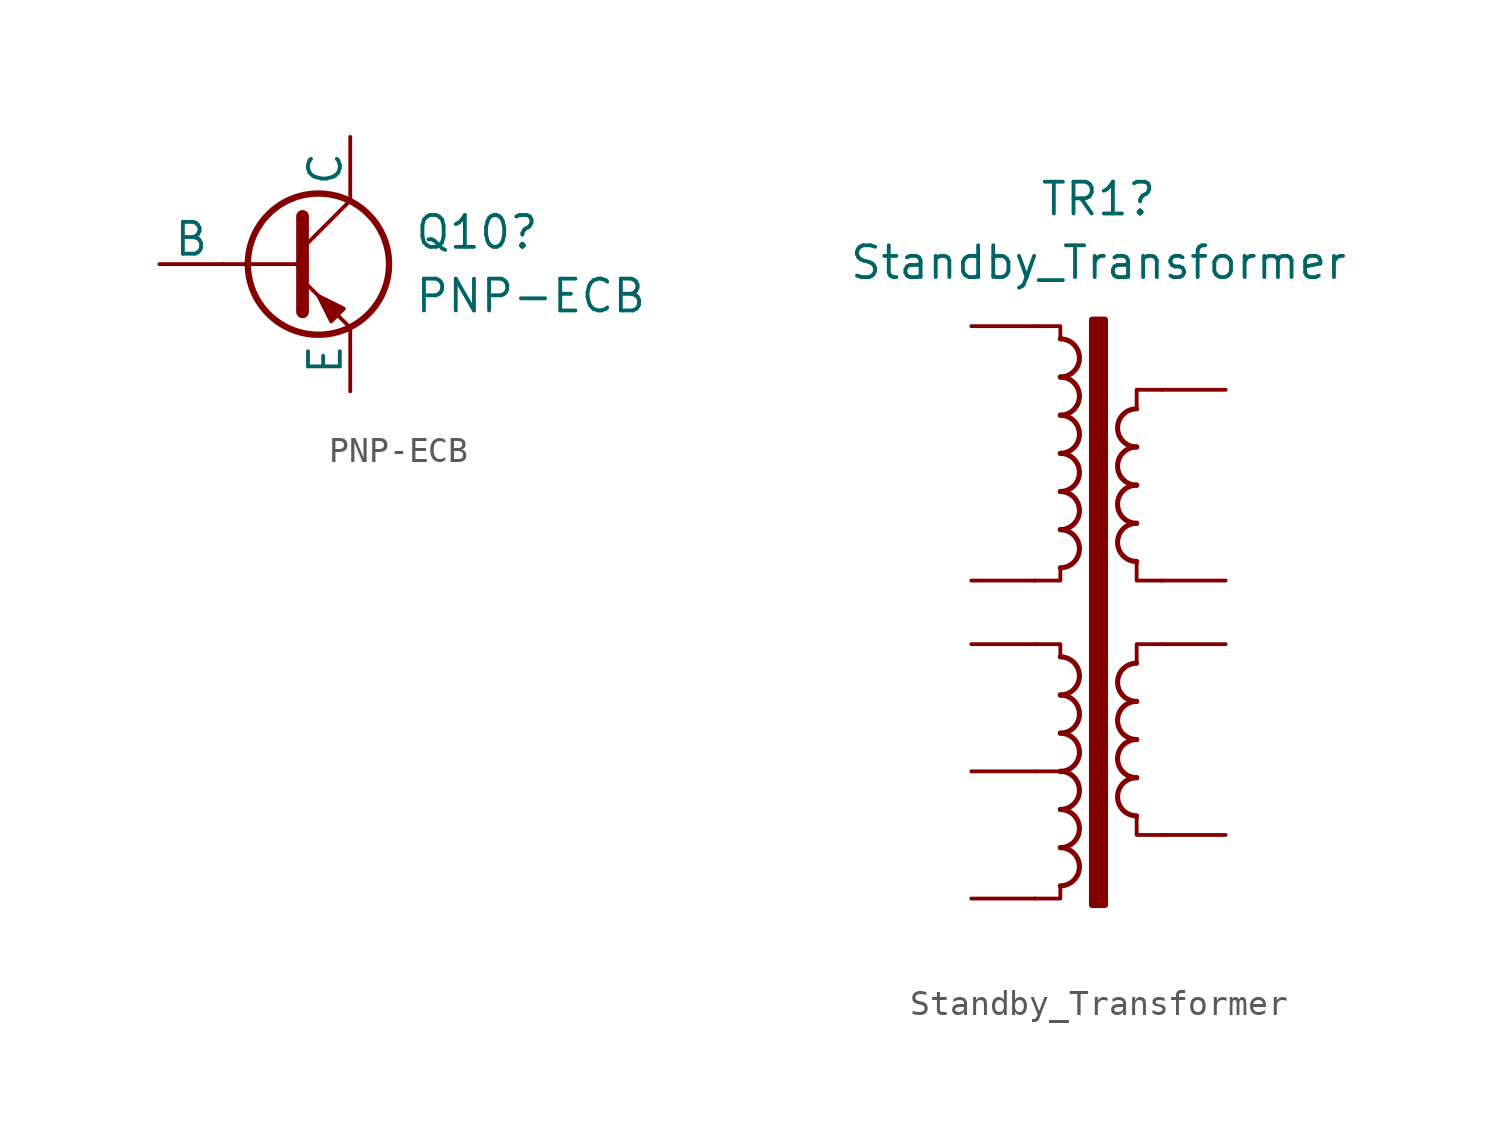
<source format=kicad_sym>
(kicad_symbol_lib
  (version 20241209)
  (generator "kicad_symbol_editor")
  (generator_version "9.0")
  (symbol "PNP-ECB"
    (pin_numbers
      (hide yes))
    (pin_names
      (offset 0))
    (property "Reference" "Q10"
      (at 5.08 1.27 0)
      (effects (font (size 1.27 1.27)) (justify left)))
    (property "Value" "PNP-ECB"
      (at 5.08 -1.27 0)
      (effects (font (size 1.27 1.27)) (justify left)))
    (symbol "PNP-ECB_0_1"
      (polyline (pts (xy -2.54 0) (xy 0.635 0)) (stroke (width 0.152) (type default)) (fill (type none)))
      (polyline (pts (xy 0.635 1.905) (xy 0.635 -1.905) (xy 0.635 -1.905)) (stroke (width 0.508) (type default)) (fill (type none)))
      (polyline (pts (xy 0.635 0.635) (xy 2.54 2.54)) (stroke (width 0) (type default)) (fill (type none)))
      (polyline (pts (xy 0.635 -0.635) (xy 2.54 -2.54) (xy 2.54 -2.54)) (stroke (width 0) (type default)) (fill (type none)))
      (circle (center 1.27 0) (radius 2.819) (stroke (width 0.254) (type default)) (fill (type none)))
      (polyline (pts (xy 2.286 -1.778) (xy 1.778 -2.286) (xy 1.27 -1.27) (xy 2.286 -1.778) (xy 2.286 -1.778)) (stroke (width 0) (type default)) (fill (type outline))))
    (symbol "PNP-ECB_1_1"
      (pin input line (at -5.08 0 0) (length 2.54) (name "B" (effects (font (size 1.27 1.27)))) (number "3" (effects (font (size 1.27 1.27)))))
      (pin open_collector line (at 2.54 5.08 270) (length 2.54) (name "C" (effects (font (size 1.27 1.27)))) (number "2" (effects (font (size 1.27 1.27)))))
      (pin open_emitter line (at 2.54 -5.08 90) (length 2.54) (name "E" (effects (font (size 1.27 1.27)))) (number "1" (effects (font (size 1.27 1.27)))))))
  (symbol "Standby_Transformer"
    (pin_numbers
      (hide yes))
    (pin_names
      (offset 0))
    (property "Reference" "TR1"
      (at 0 17.78 0)
      (effects (font (size 1.27 1.27))))
    (property "Value" "Standby_Transformer"
      (at 0 15.24 0)
      (effects (font (size 1.27 1.27))))
    (symbol "Standby_Transformer_0_1"
      (arc (start -1.524 12.192) (mid -0.7653 11.43) (end -1.524 10.668) (stroke (width 0.2032) (type default)) (fill (type none)))
      (arc (start -1.524 10.668) (mid -0.7653 9.906) (end -1.524 9.144) (stroke (width 0.2032) (type default)) (fill (type none)))
      (arc (start -1.524 9.144) (mid -0.7653 8.382) (end -1.524 7.62) (stroke (width 0.2032) (type default)) (fill (type none)))
      (arc (start -1.524 7.62) (mid -0.7653 6.858) (end -1.524 6.096) (stroke (width 0.2032) (type default)) (fill (type none)))
      (arc (start -1.524 6.096) (mid -0.7653 5.334) (end -1.524 4.572) (stroke (width 0.2032) (type default)) (fill (type none)))
      (arc (start -1.524 4.572) (mid -0.7653 3.81) (end -1.524 3.048) (stroke (width 0.2032) (type default)) (fill (type none)))
      (arc (start -1.524 -0.508) (mid -0.7653 -1.27) (end -1.524 -2.032) (stroke (width 0.2032) (type default)) (fill (type none)))
      (arc (start -1.524 -2.032) (mid -0.7653 -2.794) (end -1.524 -3.556) (stroke (width 0.2032) (type default)) (fill (type none)))
      (arc (start -1.524 -3.556) (mid -0.7653 -4.318) (end -1.524 -5.08) (stroke (width 0.2032) (type default)) (fill (type none)))
      (arc (start -1.524 -5.08) (mid -0.7653 -5.842) (end -1.524 -6.604) (stroke (width 0.2032) (type default)) (fill (type none)))
      (arc (start -1.524 -6.604) (mid -0.7653 -7.366) (end -1.524 -8.128) (stroke (width 0.2032) (type default)) (fill (type none)))
      (arc (start -1.524 -8.128) (mid -0.7653 -8.89) (end -1.524 -9.652) (stroke (width 0.2032) (type default)) (fill (type none)))
      (polyline (pts (xy -1.524 12.192) (xy -1.524 12.7) (xy -2.54 12.7)) (stroke (width 0) (type default)) (fill (type none)))
      (polyline (pts (xy -1.524 3.048) (xy -1.524 2.54) (xy -2.54 2.54)) (stroke (width 0) (type default)) (fill (type none)))
      (polyline (pts (xy -1.524 -0.508) (xy -1.524 0) (xy -2.54 0)) (stroke (width 0) (type default)) (fill (type none)))
      (polyline (pts (xy -1.524 -5.08) (xy -2.54 -5.08)) (stroke (width 0) (type default)) (fill (type outline)))
      (polyline (pts (xy -1.524 -9.652) (xy -1.524 -10.16) (xy -2.54 -10.16)) (stroke (width 0) (type default)) (fill (type none)))
      (rectangle (start -0.254 12.954) (end 0.254 -10.414) (stroke (width 0.254) (type default)) (fill (type outline)))
      (polyline (pts (xy 1.524 9.398) (xy 1.524 10.16) (xy 2.54 10.16)) (stroke (width 0) (type default)) (fill (type none)))
      (polyline (pts (xy 1.524 3.302) (xy 1.524 2.54) (xy 2.54 2.54)) (stroke (width 0) (type default)) (fill (type none)))
      (polyline (pts (xy 1.524 -0.762) (xy 1.524 0) (xy 2.54 0)) (stroke (width 0) (type default)) (fill (type none)))
      (polyline (pts (xy 1.524 -6.858) (xy 1.524 -7.62) (xy 2.54 -7.62)) (stroke (width 0) (type default)) (fill (type none)))
      (arc (start 1.524 7.874) (mid 0.7653 8.636) (end 1.524 9.398) (stroke (width 0.2032) (type default)) (fill (type none)))
      (arc (start 1.524 6.35) (mid 0.7653 7.112) (end 1.524 7.874) (stroke (width 0.2032) (type default)) (fill (type none)))
      (arc (start 1.524 4.826) (mid 0.7653 5.588) (end 1.524 6.35) (stroke (width 0.2032) (type default)) (fill (type none)))
      (arc (start 1.524 3.302) (mid 0.7653 4.064) (end 1.524 4.826) (stroke (width 0.2032) (type default)) (fill (type none)))
      (arc (start 1.524 -2.286) (mid 0.7653 -1.524) (end 1.524 -0.762) (stroke (width 0.2032) (type default)) (fill (type none)))
      (arc (start 1.524 -3.81) (mid 0.7653 -3.048) (end 1.524 -2.286) (stroke (width 0.2032) (type default)) (fill (type none)))
      (arc (start 1.524 -5.334) (mid 0.7653 -4.572) (end 1.524 -3.81) (stroke (width 0.2032) (type default)) (fill (type none)))
      (arc (start 1.524 -6.858) (mid 0.7653 -6.096) (end 1.524 -5.334) (stroke (width 0.2032) (type default)) (fill (type none))))
    (symbol "Standby_Transformer_1_1"
      (pin passive line (at -5.08 12.7 0) (length 2.54) (name "~" (effects (font (size 1.27 1.27)))) (number "9" (effects (font (size 1.27 1.27)))))
      (pin passive line (at -5.08 2.54 0) (length 2.54) (name "~" (effects (font (size 1.27 1.27)))) (number "5" (effects (font (size 1.27 1.27)))))
      (pin passive line (at -5.08 0 0) (length 2.54) (name "~" (effects (font (size 1.27 1.27)))) (number "8" (effects (font (size 1.27 1.27)))))
      (pin passive line (at -5.08 -5.08 0) (length 2.54) (name "~" (effects (font (size 1.27 1.27)))) (number "7" (effects (font (size 1.27 1.27)))))
      (pin passive line (at -5.08 -10.16 0) (length 2.54) (name "~" (effects (font (size 1.27 1.27)))) (number "6" (effects (font (size 1.27 1.27)))))
      (pin passive line (at 5.08 10.16 180) (length 2.54) (name "~" (effects (font (size 1.27 1.27)))) (number "1" (effects (font (size 1.27 1.27)))))
      (pin passive line (at 5.08 2.54 180) (length 2.54) (name "~" (effects (font (size 1.27 1.27)))) (number "2" (effects (font (size 1.27 1.27)))))
      (pin passive line (at 5.08 0 180) (length 2.54) (name "~" (effects (font (size 1.27 1.27)))) (number "3" (effects (font (size 1.27 1.27)))))
      (pin passive line (at 5.08 -7.62 180) (length 2.54) (name "~" (effects (font (size 1.27 1.27)))) (number "4" (effects (font (size 1.27 1.27))))))))
</source>
